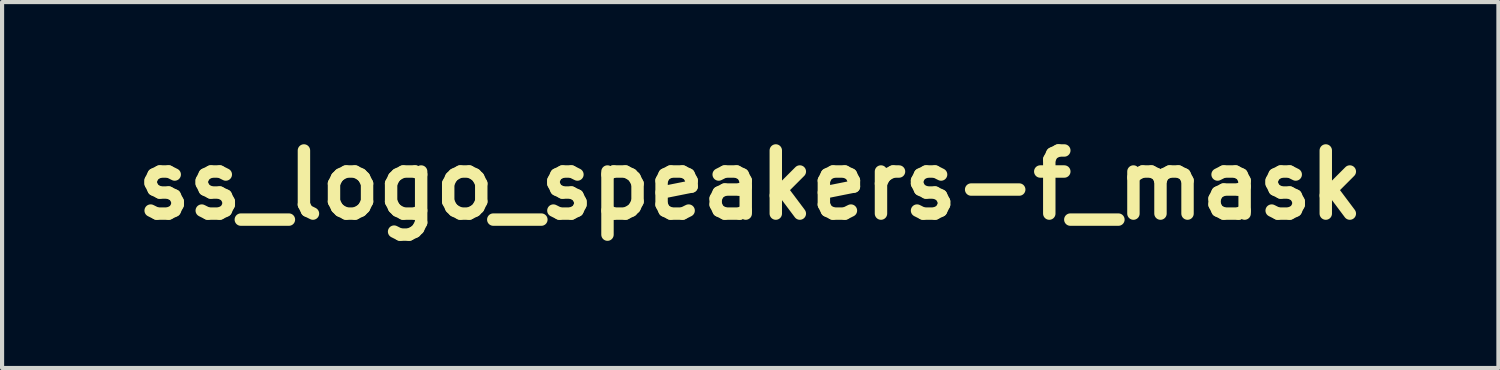
<source format=kicad_pcb>
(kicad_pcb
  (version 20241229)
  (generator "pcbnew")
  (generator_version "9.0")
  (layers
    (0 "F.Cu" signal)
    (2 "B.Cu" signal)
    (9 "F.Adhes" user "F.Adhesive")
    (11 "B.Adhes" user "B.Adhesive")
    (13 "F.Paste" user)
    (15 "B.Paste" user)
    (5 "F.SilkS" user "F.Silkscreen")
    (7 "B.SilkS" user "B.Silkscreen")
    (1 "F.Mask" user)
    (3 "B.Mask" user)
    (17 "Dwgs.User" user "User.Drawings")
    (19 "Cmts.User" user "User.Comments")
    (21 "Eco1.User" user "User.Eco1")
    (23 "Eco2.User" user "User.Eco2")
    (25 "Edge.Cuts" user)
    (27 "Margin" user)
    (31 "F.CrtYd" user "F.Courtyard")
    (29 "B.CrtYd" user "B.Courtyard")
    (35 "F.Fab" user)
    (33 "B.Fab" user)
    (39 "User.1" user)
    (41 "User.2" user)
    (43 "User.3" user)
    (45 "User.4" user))
  (footprint "ss_logo_speakers-f_mask"
    (layer "F.Cu")
    (at 15.066 1.418)
    (property "Reference" "ss_logo_speakers-f_mask" (at 0 0 0) (layer "F.SilkS") (effects (font (size 1.524 1.524) (thickness 0.3))))
    (attr through_hole)
    (fp_poly (pts (xy -1.673 -0.609) (xy -1.615 -0.535) (xy -1.563 -0.429) (xy -1.522 -0.3) (xy -1.495 -0.158) (xy -1.485 -0.009) (xy -1.495 0.136) (xy -1.498 0.155) (xy -1.534 0.306) (xy -1.585 0.434) (xy -1.645 0.532) (xy -1.709 0.595) (xy -1.773 0.615) (xy -1.828 0.588) (xy -1.859 0.53) (xy -1.851 0.45) (xy -1.804 0.339) (xy -1.8 0.33) (xy -1.753 0.196) (xy -1.733 0.032) (xy -1.739 -0.14) (xy -1.772 -0.298) (xy -1.801 -0.373) (xy -1.846 -0.483) (xy -1.854 -0.559) (xy -1.824 -0.613) (xy -1.799 -0.632) (xy -1.736 -0.645) (xy -1.673 -0.609)) (stroke (width 0.01) (type solid)) (fill yes) (layer "F.Mask"))
    (fp_poly (pts (xy 1.827 -0.575) (xy 1.874 -0.528) (xy 1.882 -0.463) (xy 1.854 -0.368) (xy 1.831 -0.317) (xy 1.785 -0.19) (xy 1.758 -0.046) (xy 1.755 -0.014) (xy 1.753 0.078) (xy 1.761 0.16) (xy 1.782 0.249) (xy 1.822 0.361) (xy 1.866 0.473) (xy 1.888 0.554) (xy 1.875 0.612) (xy 1.873 0.615) (xy 1.821 0.66) (xy 1.755 0.671) (xy 1.702 0.644) (xy 1.701 0.643) (xy 1.605 0.482) (xy 1.543 0.289) (xy 1.516 0.08) (xy 1.527 -0.131) (xy 1.576 -0.33) (xy 1.615 -0.42) (xy 1.682 -0.528) (xy 1.744 -0.583) (xy 1.805 -0.586) (xy 1.827 -0.575)) (stroke (width 0.01) (type solid)) (fill yes) (layer "F.Mask"))
    (fp_poly (pts (xy -1.381 -0.975) (xy -1.31 -0.922) (xy -1.29 -0.898) (xy -1.156 -0.674) (xy -1.066 -0.423) (xy -1.021 -0.155) (xy -1.022 0.12) (xy -1.069 0.393) (xy -1.148 0.619) (xy -1.228 0.779) (xy -1.306 0.889) (xy -1.381 0.948) (xy -1.449 0.953) (xy -1.49 0.926) (xy -1.52 0.873) (xy -1.513 0.802) (xy -1.468 0.705) (xy -1.438 0.657) (xy -1.336 0.448) (xy -1.272 0.212) (xy -1.249 -0.032) (xy -1.267 -0.24) (xy -1.294 -0.345) (xy -1.341 -0.476) (xy -1.398 -0.609) (xy -1.416 -0.645) (xy -1.473 -0.766) (xy -1.505 -0.848) (xy -1.513 -0.9) (xy -1.505 -0.927) (xy -1.449 -0.977) (xy -1.381 -0.975)) (stroke (width 0.01) (type solid)) (fill yes) (layer "F.Mask"))
    (fp_poly (pts (xy 1.507 -0.907) (xy 1.536 -0.867) (xy 1.532 -0.801) (xy 1.497 -0.701) (xy 1.444 -0.589) (xy 1.386 -0.46) (xy 1.335 -0.326) (xy 1.301 -0.211) (xy 1.295 -0.183) (xy 1.278 0.053) (xy 1.305 0.297) (xy 1.374 0.531) (xy 1.467 0.714) (xy 1.528 0.824) (xy 1.55 0.903) (xy 1.535 0.962) (xy 1.518 0.982) (xy 1.454 1.014) (xy 1.383 0.992) (xy 1.315 0.923) (xy 1.197 0.727) (xy 1.111 0.496) (xy 1.06 0.246) (xy 1.045 -0.012) (xy 1.07 -0.262) (xy 1.089 -0.347) (xy 1.139 -0.506) (xy 1.201 -0.651) (xy 1.269 -0.774) (xy 1.339 -0.866) (xy 1.404 -0.918) (xy 1.446 -0.926) (xy 1.507 -0.907)) (stroke (width 0.01) (type solid)) (fill yes) (layer "F.Mask"))
    (fp_poly (pts (xy -1.044 -1.282) (xy -0.967 -1.209) (xy -0.924 -1.15) (xy -0.762 -0.867) (xy -0.651 -0.581) (xy -0.588 -0.28) (xy -0.574 -0.143) (xy -0.577 0.13) (xy -0.62 0.41) (xy -0.698 0.681) (xy -0.808 0.93) (xy -0.925 1.115) (xy -1.015 1.215) (xy -1.092 1.262) (xy -1.156 1.255) (xy -1.179 1.237) (xy -1.207 1.195) (xy -1.207 1.142) (xy -1.175 1.069) (xy -1.113 0.969) (xy -0.973 0.723) (xy -0.88 0.474) (xy -0.83 0.208) (xy -0.819 -0.027) (xy -0.842 -0.333) (xy -0.913 -0.615) (xy -1.035 -0.881) (xy -1.127 -1.027) (xy -1.187 -1.123) (xy -1.21 -1.189) (xy -1.2 -1.238) (xy -1.18 -1.264) (xy -1.114 -1.3) (xy -1.044 -1.282)) (stroke (width 0.01) (type solid)) (fill yes) (layer "F.Mask"))
    (fp_poly (pts (xy 1.187 -1.221) (xy 1.234 -1.17) (xy 1.242 -1.135) (xy 1.227 -1.092) (xy 1.188 -1.021) (xy 1.155 -0.97) (xy 1.01 -0.725) (xy 0.914 -0.475) (xy 0.862 -0.208) (xy 0.852 0.086) (xy 0.854 0.131) (xy 0.865 0.299) (xy 0.886 0.442) (xy 0.919 0.574) (xy 0.97 0.707) (xy 1.042 0.854) (xy 1.141 1.026) (xy 1.214 1.145) (xy 1.24 1.209) (xy 1.225 1.263) (xy 1.168 1.315) (xy 1.1 1.313) (xy 1.021 1.257) (xy 0.99 1.222) (xy 0.906 1.103) (xy 0.82 0.947) (xy 0.741 0.773) (xy 0.677 0.599) (xy 0.658 0.535) (xy 0.622 0.345) (xy 0.606 0.123) (xy 0.61 -0.108) (xy 0.633 -0.327) (xy 0.674 -0.508) (xy 0.735 -0.68) (xy 0.806 -0.843) (xy 0.882 -0.988) (xy 0.958 -1.108) (xy 1.03 -1.194) (xy 1.092 -1.238) (xy 1.112 -1.242) (xy 1.187 -1.221)) (stroke (width 0.01) (type solid)) (fill yes) (layer "F.Mask"))
    (fp_poly (pts (xy -2.138 -1.324) (xy -2.118 -1.315) (xy -2.102 -1.293) (xy -2.089 -1.254) (xy -2.08 -1.193) (xy -2.073 -1.107) (xy -2.068 -0.988) (xy -2.066 -0.835) (xy -2.065 -0.64) (xy -2.065 -0.4) (xy -2.066 -0.11) (xy -2.067 0.003) (xy -2.074 1.256) (xy -2.146 1.264) (xy -2.181 1.26) (xy -2.229 1.237) (xy -2.297 1.191) (xy -2.391 1.118) (xy -2.515 1.014) (xy -2.626 0.919) (xy -3.034 0.566) (xy -3.42 0.565) (xy -3.583 0.564) (xy -3.698 0.559) (xy -3.775 0.551) (xy -3.823 0.538) (xy -3.85 0.52) (xy -3.867 0.495) (xy -3.879 0.453) (xy -3.887 0.386) (xy -3.892 0.285) (xy -3.894 0.144) (xy -3.895 -0.025) (xy -3.893 -0.23) (xy -3.888 -0.383) (xy -3.88 -0.486) (xy -3.869 -0.545) (xy -3.861 -0.559) (xy -3.818 -0.575) (xy -3.724 -0.586) (xy -3.577 -0.591) (xy -3.439 -0.593) (xy -3.051 -0.593) (xy -2.626 -0.96) (xy -2.494 -1.072) (xy -2.374 -1.17) (xy -2.275 -1.249) (xy -2.202 -1.303) (xy -2.164 -1.326) (xy -2.162 -1.326) (xy -2.138 -1.324)) (stroke (width 0.01) (type solid)) (fill yes) (layer "F.Mask"))
    (fp_poly (pts (xy 2.224 -1.252) (xy 2.291 -1.203) (xy 2.386 -1.128) (xy 2.502 -1.032) (xy 2.633 -0.921) (xy 2.654 -0.903) (xy 3.08 -0.536) (xy 3.467 -0.536) (xy 3.653 -0.534) (xy 3.784 -0.527) (xy 3.863 -0.514) (xy 3.889 -0.502) (xy 3.903 -0.466) (xy 3.913 -0.387) (xy 3.919 -0.26) (xy 3.922 -0.083) (xy 3.923 0.032) (xy 3.922 0.217) (xy 3.919 0.354) (xy 3.914 0.451) (xy 3.906 0.515) (xy 3.893 0.555) (xy 3.879 0.577) (xy 3.85 0.595) (xy 3.801 0.608) (xy 3.722 0.616) (xy 3.605 0.62) (xy 3.448 0.622) (xy 3.062 0.622) (xy 2.655 0.974) (xy 2.495 1.111) (xy 2.37 1.211) (xy 2.274 1.279) (xy 2.204 1.317) (xy 2.153 1.328) (xy 2.116 1.315) (xy 2.107 1.308) (xy 2.103 1.276) (xy 2.1 1.194) (xy 2.096 1.068) (xy 2.094 0.902) (xy 2.091 0.703) (xy 2.09 0.476) (xy 2.089 0.228) (xy 2.088 0.043) (xy 2.089 -0.263) (xy 2.089 -0.518) (xy 2.091 -0.725) (xy 2.094 -0.891) (xy 2.098 -1.019) (xy 2.105 -1.114) (xy 2.114 -1.182) (xy 2.126 -1.227) (xy 2.141 -1.253) (xy 2.16 -1.266) (xy 2.182 -1.27) (xy 2.192 -1.27) (xy 2.224 -1.252)) (stroke (width 0.01) (type solid)) (fill yes) (layer "F.Mask")))
  (gr_rect
    (start -3 -3)
    (end 33.132 5.836)
    (stroke (width 0.1) (type default))
    (fill no)
    (layer "Edge.Cuts")))
</source>
